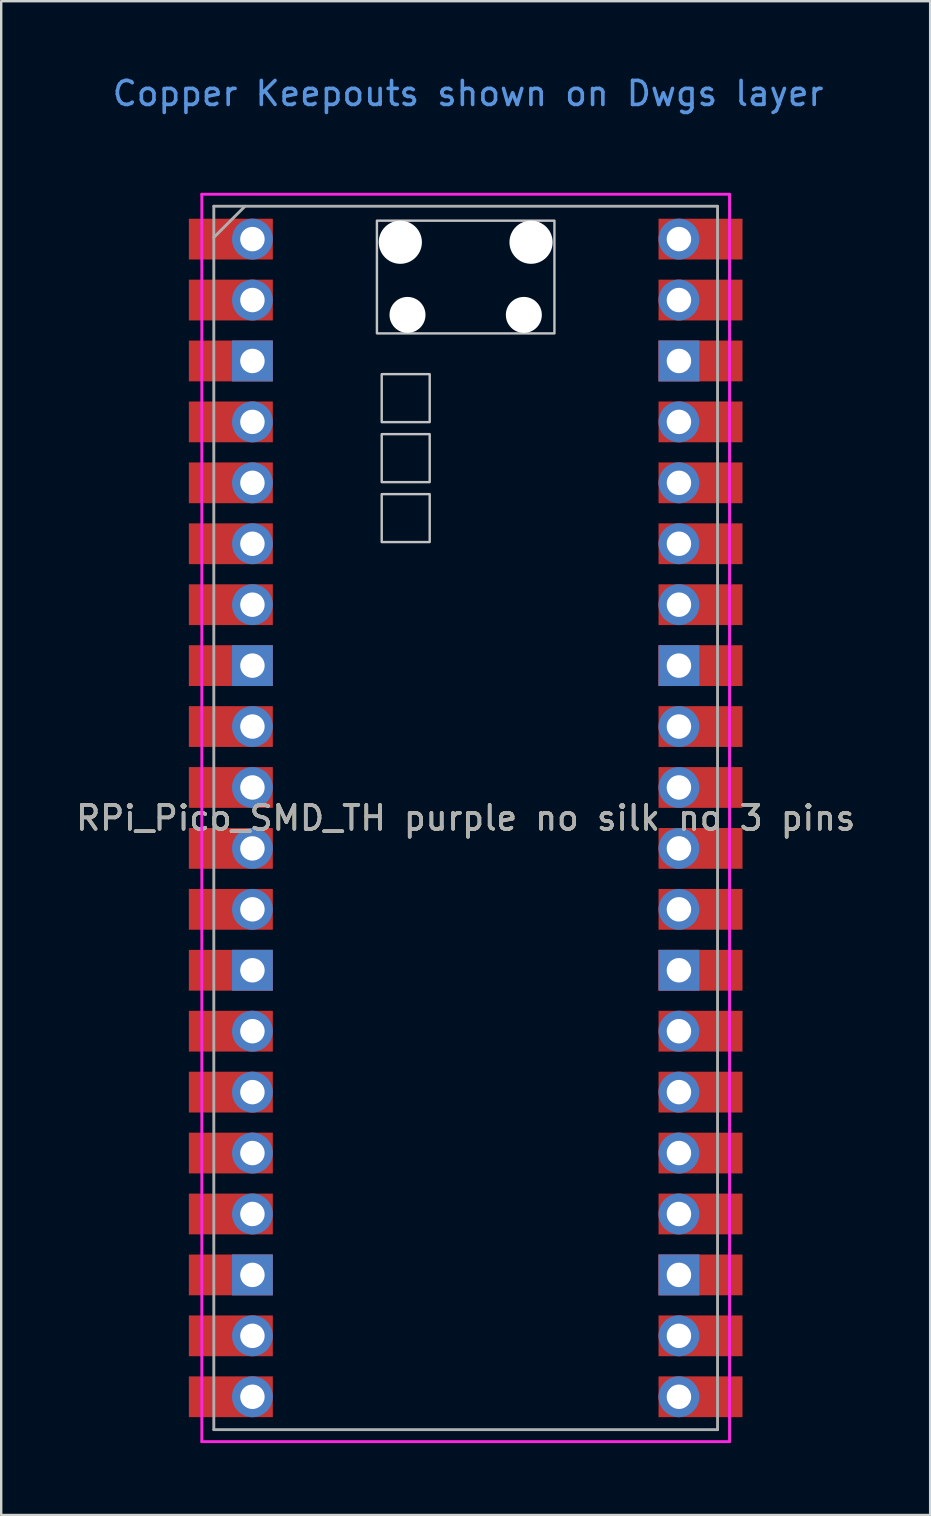
<source format=kicad_pcb>
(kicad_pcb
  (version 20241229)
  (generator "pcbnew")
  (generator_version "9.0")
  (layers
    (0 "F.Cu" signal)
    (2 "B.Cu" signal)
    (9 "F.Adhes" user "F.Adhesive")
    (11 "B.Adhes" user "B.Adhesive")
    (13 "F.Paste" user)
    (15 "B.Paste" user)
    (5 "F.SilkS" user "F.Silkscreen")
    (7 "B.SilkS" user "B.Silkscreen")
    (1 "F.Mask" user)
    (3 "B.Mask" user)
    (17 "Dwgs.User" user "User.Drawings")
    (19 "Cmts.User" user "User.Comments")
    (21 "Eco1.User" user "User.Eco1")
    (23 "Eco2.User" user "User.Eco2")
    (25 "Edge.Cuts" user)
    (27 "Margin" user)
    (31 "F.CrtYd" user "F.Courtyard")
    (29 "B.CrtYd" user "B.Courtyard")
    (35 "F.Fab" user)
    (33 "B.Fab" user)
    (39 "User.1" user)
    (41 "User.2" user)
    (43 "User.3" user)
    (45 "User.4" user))
  (footprint "RPi_Pico_SMD_TH purple no silk no 3 pins"
    (layer "F.Cu")
    (at 16.363 31.048)
    (property "Reference" "RPi_Pico_SMD_TH purple no silk no 3 pins" (at 0 0 0) (layer "F.SilkS") (effects (font (size 1 1) (thickness 0.15))))
    (attr through_hole)
    (fp_poly (pts (xy -1.5 -16.5) (xy -3.5 -16.5) (xy -3.5 -18.5) (xy -1.5 -18.5)) (stroke (width 0.1) (type solid)) (fill no) (layer "Dwgs.User"))
    (fp_poly (pts (xy -1.5 -14) (xy -3.5 -14) (xy -3.5 -16) (xy -1.5 -16)) (stroke (width 0.1) (type solid)) (fill no) (layer "Dwgs.User"))
    (fp_poly (pts (xy -1.5 -11.5) (xy -3.5 -11.5) (xy -3.5 -13.5) (xy -1.5 -13.5)) (stroke (width 0.1) (type solid)) (fill no) (layer "Dwgs.User"))
    (fp_poly (pts (xy 3.7 -20.2) (xy -3.7 -20.2) (xy -3.7 -24.9) (xy 3.7 -24.9)) (stroke (width 0.1) (type solid)) (fill no) (layer "Dwgs.User"))
    (fp_line (start -11 -26) (end 11 -26) (stroke (width 0.12) (type solid)) (layer "F.CrtYd"))
    (fp_line (start -11 26) (end -11 -26) (stroke (width 0.12) (type solid)) (layer "F.CrtYd"))
    (fp_line (start 11 -26) (end 11 26) (stroke (width 0.12) (type solid)) (layer "F.CrtYd"))
    (fp_line (start 11 26) (end -11 26) (stroke (width 0.12) (type solid)) (layer "F.CrtYd"))
    (fp_line (start -10.5 -25.5) (end 10.5 -25.5) (stroke (width 0.12) (type solid)) (layer "F.Fab"))
    (fp_line (start -10.5 -24.2) (end -9.2 -25.5) (stroke (width 0.12) (type solid)) (layer "F.Fab"))
    (fp_line (start -10.5 25.5) (end -10.5 -25.5) (stroke (width 0.12) (type solid)) (layer "F.Fab"))
    (fp_line (start 10.5 -25.5) (end 10.5 25.5) (stroke (width 0.12) (type solid)) (layer "F.Fab"))
    (fp_line (start 10.5 25.5) (end -10.5 25.5) (stroke (width 0.12) (type solid)) (layer "F.Fab"))
    (fp_text user "Copper Keepouts shown on Dwgs layer" (at 0.1 -30.2 0) (layer "Cmts.User") (effects (font (size 1 1) (thickness 0.15))))
    (fp_text user "${REFERENCE}" (at 0 0 180) (layer "F.Fab") (effects (font (size 1 1) (thickness 0.15))))
    (pad "" np_thru_hole oval (at -2.725 -24) (size 1.8 1.8) (drill 1.8) (layers "*.Cu" "*.Mask"))
    (pad "" np_thru_hole oval (at -2.425 -20.97) (size 1.5 1.5) (drill 1.5) (layers "*.Cu" "*.Mask"))
    (pad "" np_thru_hole oval (at 2.425 -20.97) (size 1.5 1.5) (drill 1.5) (layers "*.Cu" "*.Mask"))
    (pad "" np_thru_hole oval (at 2.725 -24) (size 1.8 1.8) (drill 1.8) (layers "*.Cu" "*.Mask"))
    (pad "1" thru_hole oval (at -8.89 -24.13) (size 1.7 1.7) (drill 1.02) (layers "*.Cu" "*.Mask"))
    (pad "1" smd rect (at -8.89 -24.13) (size 3.5 1.7) (drill (offset -0.9 0)) (layers "F.Cu" "F.Mask"))
    (pad "2" thru_hole oval (at -8.89 -21.59) (size 1.7 1.7) (drill 1.02) (layers "*.Cu" "*.Mask"))
    (pad "2" smd rect (at -8.89 -21.59) (size 3.5 1.7) (drill (offset -0.9 0)) (layers "F.Cu" "F.Mask"))
    (pad "3" thru_hole rect (at -8.89 -19.05) (size 1.7 1.7) (drill 1.02) (layers "*.Cu" "*.Mask"))
    (pad "3" smd rect (at -8.89 -19.05) (size 3.5 1.7) (drill (offset -0.9 0)) (layers "F.Cu" "F.Mask"))
    (pad "4" thru_hole oval (at -8.89 -16.51) (size 1.7 1.7) (drill 1.02) (layers "*.Cu" "*.Mask"))
    (pad "4" smd rect (at -8.89 -16.51) (size 3.5 1.7) (drill (offset -0.9 0)) (layers "F.Cu" "F.Mask"))
    (pad "5" thru_hole oval (at -8.89 -13.97) (size 1.7 1.7) (drill 1.02) (layers "*.Cu" "*.Mask"))
    (pad "5" smd rect (at -8.89 -13.97) (size 3.5 1.7) (drill (offset -0.9 0)) (layers "F.Cu" "F.Mask"))
    (pad "6" thru_hole oval (at -8.89 -11.43) (size 1.7 1.7) (drill 1.02) (layers "*.Cu" "*.Mask"))
    (pad "6" smd rect (at -8.89 -11.43) (size 3.5 1.7) (drill (offset -0.9 0)) (layers "F.Cu" "F.Mask"))
    (pad "7" thru_hole oval (at -8.89 -8.89) (size 1.7 1.7) (drill 1.02) (layers "*.Cu" "*.Mask"))
    (pad "7" smd rect (at -8.89 -8.89) (size 3.5 1.7) (drill (offset -0.9 0)) (layers "F.Cu" "F.Mask"))
    (pad "8" thru_hole rect (at -8.89 -6.35) (size 1.7 1.7) (drill 1.02) (layers "*.Cu" "*.Mask"))
    (pad "8" smd rect (at -8.89 -6.35) (size 3.5 1.7) (drill (offset -0.9 0)) (layers "F.Cu" "F.Mask"))
    (pad "9" thru_hole oval (at -8.89 -3.81) (size 1.7 1.7) (drill 1.02) (layers "*.Cu" "*.Mask"))
    (pad "9" smd rect (at -8.89 -3.81) (size 3.5 1.7) (drill (offset -0.9 0)) (layers "F.Cu" "F.Mask"))
    (pad "10" thru_hole oval (at -8.89 -1.27) (size 1.7 1.7) (drill 1.02) (layers "*.Cu" "*.Mask"))
    (pad "10" smd rect (at -8.89 -1.27) (size 3.5 1.7) (drill (offset -0.9 0)) (layers "F.Cu" "F.Mask"))
    (pad "11" thru_hole oval (at -8.89 1.27) (size 1.7 1.7) (drill 1.02) (layers "*.Cu" "*.Mask"))
    (pad "11" smd rect (at -8.89 1.27) (size 3.5 1.7) (drill (offset -0.9 0)) (layers "F.Cu" "F.Mask"))
    (pad "12" thru_hole oval (at -8.89 3.81) (size 1.7 1.7) (drill 1.02) (layers "*.Cu" "*.Mask"))
    (pad "12" smd rect (at -8.89 3.81) (size 3.5 1.7) (drill (offset -0.9 0)) (layers "F.Cu" "F.Mask"))
    (pad "13" thru_hole rect (at -8.89 6.35) (size 1.7 1.7) (drill 1.02) (layers "*.Cu" "*.Mask"))
    (pad "13" smd rect (at -8.89 6.35) (size 3.5 1.7) (drill (offset -0.9 0)) (layers "F.Cu" "F.Mask"))
    (pad "14" thru_hole oval (at -8.89 8.89) (size 1.7 1.7) (drill 1.02) (layers "*.Cu" "*.Mask"))
    (pad "14" smd rect (at -8.89 8.89) (size 3.5 1.7) (drill (offset -0.9 0)) (layers "F.Cu" "F.Mask"))
    (pad "15" thru_hole oval (at -8.89 11.43) (size 1.7 1.7) (drill 1.02) (layers "*.Cu" "*.Mask"))
    (pad "15" smd rect (at -8.89 11.43) (size 3.5 1.7) (drill (offset -0.9 0)) (layers "F.Cu" "F.Mask"))
    (pad "16" thru_hole oval (at -8.89 13.97) (size 1.7 1.7) (drill 1.02) (layers "*.Cu" "*.Mask"))
    (pad "16" smd rect (at -8.89 13.97) (size 3.5 1.7) (drill (offset -0.9 0)) (layers "F.Cu" "F.Mask"))
    (pad "17" thru_hole oval (at -8.89 16.51) (size 1.7 1.7) (drill 1.02) (layers "*.Cu" "*.Mask"))
    (pad "17" smd rect (at -8.89 16.51) (size 3.5 1.7) (drill (offset -0.9 0)) (layers "F.Cu" "F.Mask"))
    (pad "18" thru_hole rect (at -8.89 19.05) (size 1.7 1.7) (drill 1.02) (layers "*.Cu" "*.Mask"))
    (pad "18" smd rect (at -8.89 19.05) (size 3.5 1.7) (drill (offset -0.9 0)) (layers "F.Cu" "F.Mask"))
    (pad "19" thru_hole oval (at -8.89 21.59) (size 1.7 1.7) (drill 1.02) (layers "*.Cu" "*.Mask"))
    (pad "19" smd rect (at -8.89 21.59) (size 3.5 1.7) (drill (offset -0.9 0)) (layers "F.Cu" "F.Mask"))
    (pad "20" thru_hole oval (at -8.89 24.13) (size 1.7 1.7) (drill 1.02) (layers "*.Cu" "*.Mask"))
    (pad "20" smd rect (at -8.89 24.13) (size 3.5 1.7) (drill (offset -0.9 0)) (layers "F.Cu" "F.Mask"))
    (pad "21" thru_hole oval (at 8.89 24.13) (size 1.7 1.7) (drill 1.02) (layers "*.Cu" "*.Mask"))
    (pad "21" smd rect (at 8.89 24.13) (size 3.5 1.7) (drill (offset 0.9 0)) (layers "F.Cu" "F.Mask"))
    (pad "22" thru_hole oval (at 8.89 21.59) (size 1.7 1.7) (drill 1.02) (layers "*.Cu" "*.Mask"))
    (pad "22" smd rect (at 8.89 21.59) (size 3.5 1.7) (drill (offset 0.9 0)) (layers "F.Cu" "F.Mask"))
    (pad "23" thru_hole rect (at 8.89 19.05) (size 1.7 1.7) (drill 1.02) (layers "*.Cu" "*.Mask"))
    (pad "23" smd rect (at 8.89 19.05) (size 3.5 1.7) (drill (offset 0.9 0)) (layers "F.Cu" "F.Mask"))
    (pad "24" thru_hole oval (at 8.89 16.51) (size 1.7 1.7) (drill 1.02) (layers "*.Cu" "*.Mask"))
    (pad "24" smd rect (at 8.89 16.51) (size 3.5 1.7) (drill (offset 0.9 0)) (layers "F.Cu" "F.Mask"))
    (pad "25" thru_hole oval (at 8.89 13.97) (size 1.7 1.7) (drill 1.02) (layers "*.Cu" "*.Mask"))
    (pad "25" smd rect (at 8.89 13.97) (size 3.5 1.7) (drill (offset 0.9 0)) (layers "F.Cu" "F.Mask"))
    (pad "26" thru_hole oval (at 8.89 11.43) (size 1.7 1.7) (drill 1.02) (layers "*.Cu" "*.Mask"))
    (pad "26" smd rect (at 8.89 11.43) (size 3.5 1.7) (drill (offset 0.9 0)) (layers "F.Cu" "F.Mask"))
    (pad "27" thru_hole oval (at 8.89 8.89) (size 1.7 1.7) (drill 1.02) (layers "*.Cu" "*.Mask"))
    (pad "27" smd rect (at 8.89 8.89) (size 3.5 1.7) (drill (offset 0.9 0)) (layers "F.Cu" "F.Mask"))
    (pad "28" thru_hole rect (at 8.89 6.35) (size 1.7 1.7) (drill 1.02) (layers "*.Cu" "*.Mask"))
    (pad "28" smd rect (at 8.89 6.35) (size 3.5 1.7) (drill (offset 0.9 0)) (layers "F.Cu" "F.Mask"))
    (pad "29" thru_hole oval (at 8.89 3.81) (size 1.7 1.7) (drill 1.02) (layers "*.Cu" "*.Mask"))
    (pad "29" smd rect (at 8.89 3.81) (size 3.5 1.7) (drill (offset 0.9 0)) (layers "F.Cu" "F.Mask"))
    (pad "30" thru_hole oval (at 8.89 1.27) (size 1.7 1.7) (drill 1.02) (layers "*.Cu" "*.Mask"))
    (pad "30" smd rect (at 8.89 1.27) (size 3.5 1.7) (drill (offset 0.9 0)) (layers "F.Cu" "F.Mask"))
    (pad "31" thru_hole oval (at 8.89 -1.27) (size 1.7 1.7) (drill 1.02) (layers "*.Cu" "*.Mask"))
    (pad "31" smd rect (at 8.89 -1.27) (size 3.5 1.7) (drill (offset 0.9 0)) (layers "F.Cu" "F.Mask"))
    (pad "32" thru_hole oval (at 8.89 -3.81) (size 1.7 1.7) (drill 1.02) (layers "*.Cu" "*.Mask"))
    (pad "32" smd rect (at 8.89 -3.81) (size 3.5 1.7) (drill (offset 0.9 0)) (layers "F.Cu" "F.Mask"))
    (pad "33" thru_hole rect (at 8.89 -6.35) (size 1.7 1.7) (drill 1.02) (layers "*.Cu" "*.Mask"))
    (pad "33" smd rect (at 8.89 -6.35) (size 3.5 1.7) (drill (offset 0.9 0)) (layers "F.Cu" "F.Mask"))
    (pad "34" thru_hole oval (at 8.89 -8.89) (size 1.7 1.7) (drill 1.02) (layers "*.Cu" "*.Mask"))
    (pad "34" smd rect (at 8.89 -8.89) (size 3.5 1.7) (drill (offset 0.9 0)) (layers "F.Cu" "F.Mask"))
    (pad "35" thru_hole oval (at 8.89 -11.43) (size 1.7 1.7) (drill 1.02) (layers "*.Cu" "*.Mask"))
    (pad "35" smd rect (at 8.89 -11.43) (size 3.5 1.7) (drill (offset 0.9 0)) (layers "F.Cu" "F.Mask"))
    (pad "36" thru_hole oval (at 8.89 -13.97) (size 1.7 1.7) (drill 1.02) (layers "*.Cu" "*.Mask"))
    (pad "36" smd rect (at 8.89 -13.97) (size 3.5 1.7) (drill (offset 0.9 0)) (layers "F.Cu" "F.Mask"))
    (pad "37" thru_hole oval (at 8.89 -16.51) (size 1.7 1.7) (drill 1.02) (layers "*.Cu" "*.Mask"))
    (pad "37" smd rect (at 8.89 -16.51) (size 3.5 1.7) (drill (offset 0.9 0)) (layers "F.Cu" "F.Mask"))
    (pad "38" thru_hole rect (at 8.89 -19.05) (size 1.7 1.7) (drill 1.02) (layers "*.Cu" "*.Mask"))
    (pad "38" smd rect (at 8.89 -19.05) (size 3.5 1.7) (drill (offset 0.9 0)) (layers "F.Cu" "F.Mask"))
    (pad "39" thru_hole oval (at 8.89 -21.59) (size 1.7 1.7) (drill 1.02) (layers "*.Cu" "*.Mask"))
    (pad "39" smd rect (at 8.89 -21.59) (size 3.5 1.7) (drill (offset 0.9 0)) (layers "F.Cu" "F.Mask"))
    (pad "40" thru_hole oval (at 8.89 -24.13) (size 1.7 1.7) (drill 1.02) (layers "*.Cu" "*.Mask"))
    (pad "40" smd rect (at 8.89 -24.13) (size 3.5 1.7) (drill (offset 0.9 0)) (layers "F.Cu" "F.Mask")))
  (gr_rect
    (start -3 -3)
    (end 35.726 60.108)
    (stroke (width 0.1) (type default))
    (fill no)
    (layer "Edge.Cuts")))
</source>
